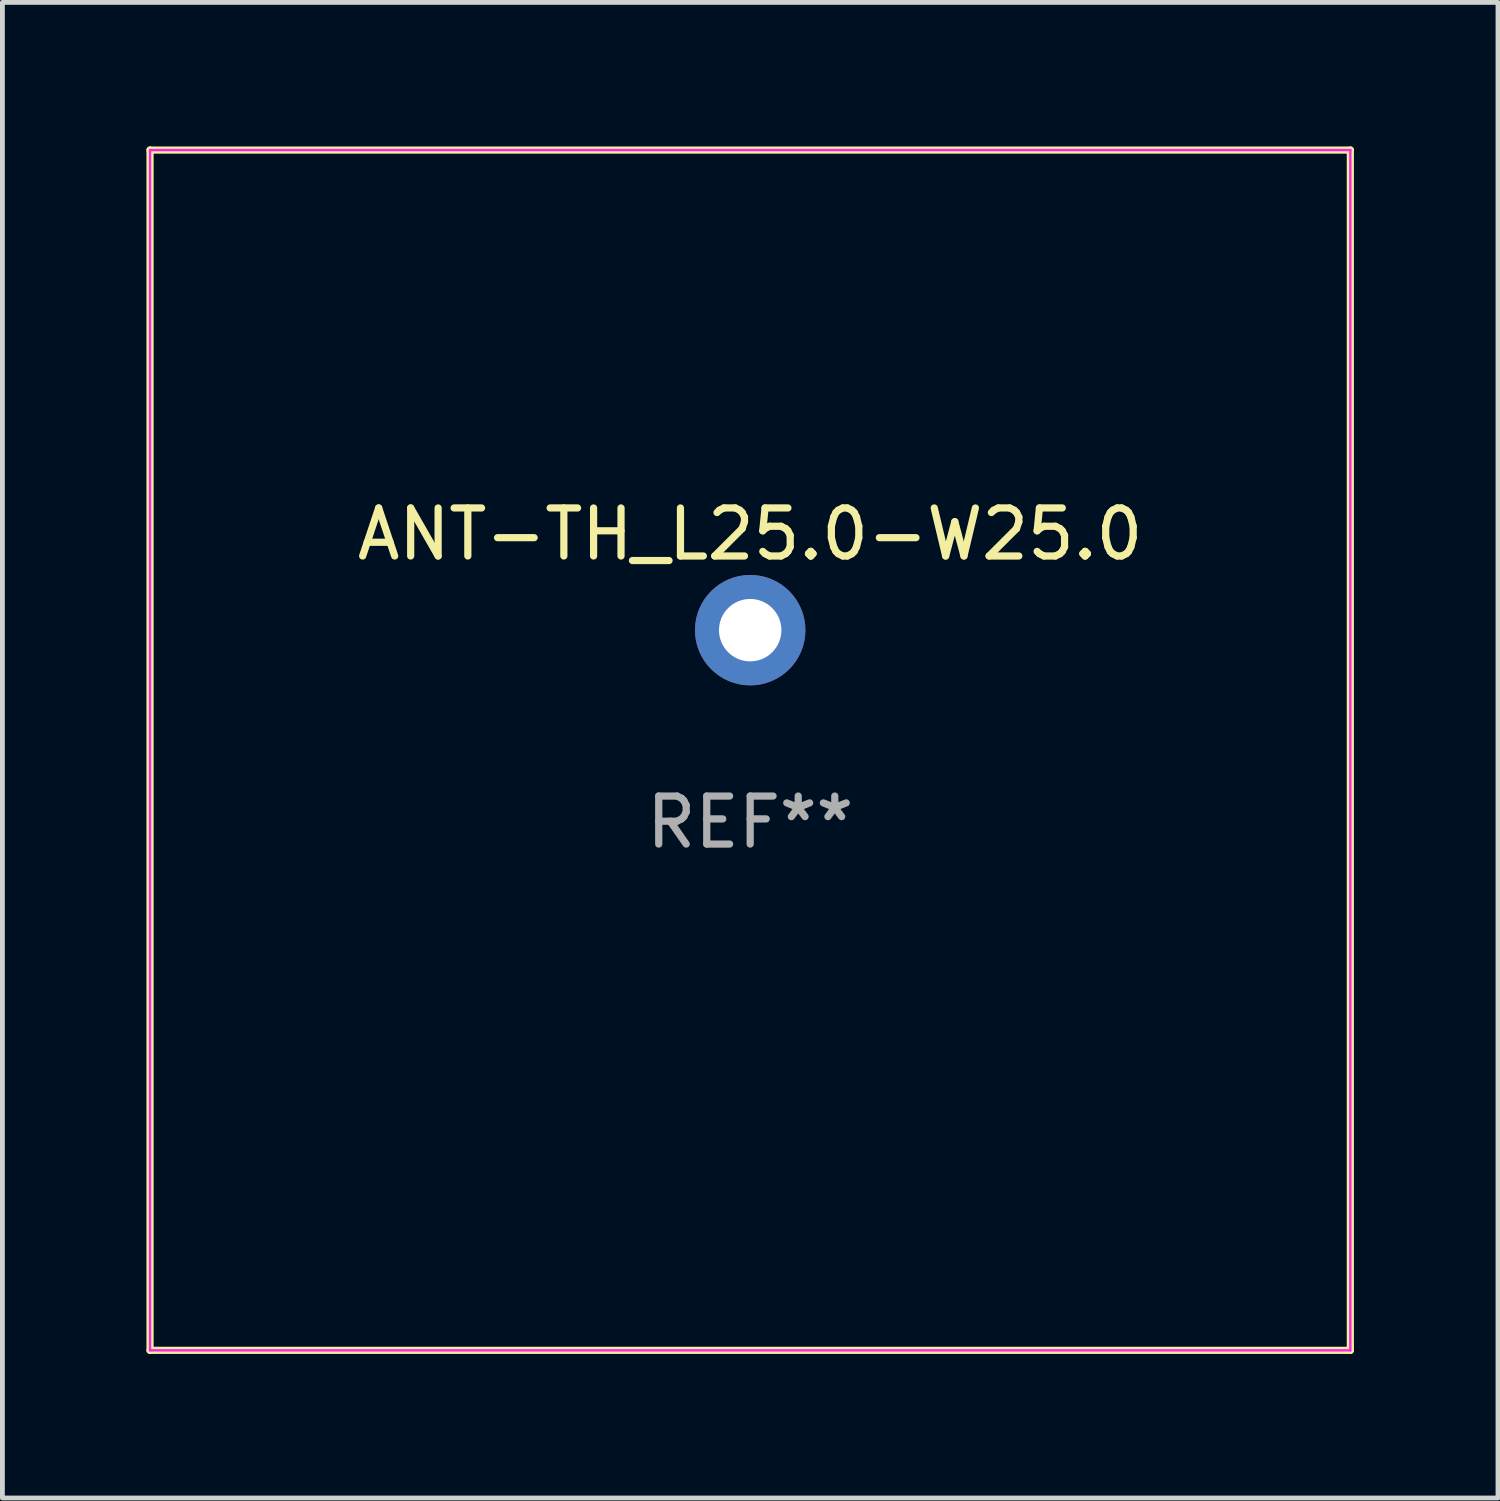
<source format=kicad_pcb>
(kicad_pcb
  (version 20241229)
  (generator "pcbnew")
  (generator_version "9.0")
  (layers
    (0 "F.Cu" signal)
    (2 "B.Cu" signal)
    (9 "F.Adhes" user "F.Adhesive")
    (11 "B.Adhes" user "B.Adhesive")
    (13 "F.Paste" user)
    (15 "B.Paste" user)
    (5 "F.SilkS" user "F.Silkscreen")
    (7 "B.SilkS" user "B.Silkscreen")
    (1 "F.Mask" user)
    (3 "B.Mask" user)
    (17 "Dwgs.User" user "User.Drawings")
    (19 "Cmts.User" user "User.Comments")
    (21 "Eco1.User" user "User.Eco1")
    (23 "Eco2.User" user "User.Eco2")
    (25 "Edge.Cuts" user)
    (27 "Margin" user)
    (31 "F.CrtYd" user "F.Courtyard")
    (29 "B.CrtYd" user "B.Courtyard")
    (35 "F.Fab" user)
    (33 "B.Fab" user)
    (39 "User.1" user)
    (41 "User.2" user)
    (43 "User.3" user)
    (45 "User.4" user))
  (footprint "ANT-TH_L25.0-W25.0"
    (layer "F.Cu")
    (at 12.575 10.075)
    (property "Reference" "ANT-TH_L25.0-W25.0" (at 0 -2 0) (layer "F.SilkS") (effects (font (size 1 1) (thickness 0.15))))
    (attr through_hole)
    (fp_line (start -12.5 -10) (end 12.5 -10) (stroke (width 0.15) (type default)) (layer "F.SilkS"))
    (fp_line (start -12.5 15) (end -12.5 -10) (stroke (width 0.15) (type default)) (layer "F.SilkS"))
    (fp_line (start 12.5 -10) (end 12.5 15) (stroke (width 0.15) (type default)) (layer "F.SilkS"))
    (fp_line (start 12.5 15) (end -12.5 15) (stroke (width 0.15) (type default)) (layer "F.SilkS"))
    (fp_line (start -12.5 -10) (end 12.5 -10) (stroke (width 0.05) (type default)) (layer "F.CrtYd"))
    (fp_line (start -12.5 15) (end -12.5 -10) (stroke (width 0.05) (type default)) (layer "F.CrtYd"))
    (fp_line (start 12.5 -10) (end 12.5 15) (stroke (width 0.05) (type default)) (layer "F.CrtYd"))
    (fp_line (start 12.5 15) (end -12.5 15) (stroke (width 0.05) (type default)) (layer "F.CrtYd"))
    (fp_text user "REF**" (at 0 4 0) (layer "F.Fab") (effects (font (size 1 1) (thickness 0.15))))
    (pad "1" thru_hole circle (at 0 0) (size 2.3 2.3) (drill 1.3) (layers "*.Cu" "*.Mask"))
    (zone (net_name "") (layer "F.Cu") (hatch edge 0.5) (connect_pads) (min_thickness 0.25) (filled_areas_thickness no) (keepout (tracks not_allowed) (vias allowed) (pads allowed) (copperpour allowed) (footprints not_allowed)) (placement (enabled no)) (fill) (polygon (pts (xy 0.075 0.075) (xy 0.075 25.075) (xy 25.075 25.075) (xy 25.075 0.075)))))
  (gr_rect
    (start -3 -3)
    (end 28.15 28.15)
    (stroke (width 0.1) (type default))
    (fill no)
    (layer "Edge.Cuts")))
</source>
